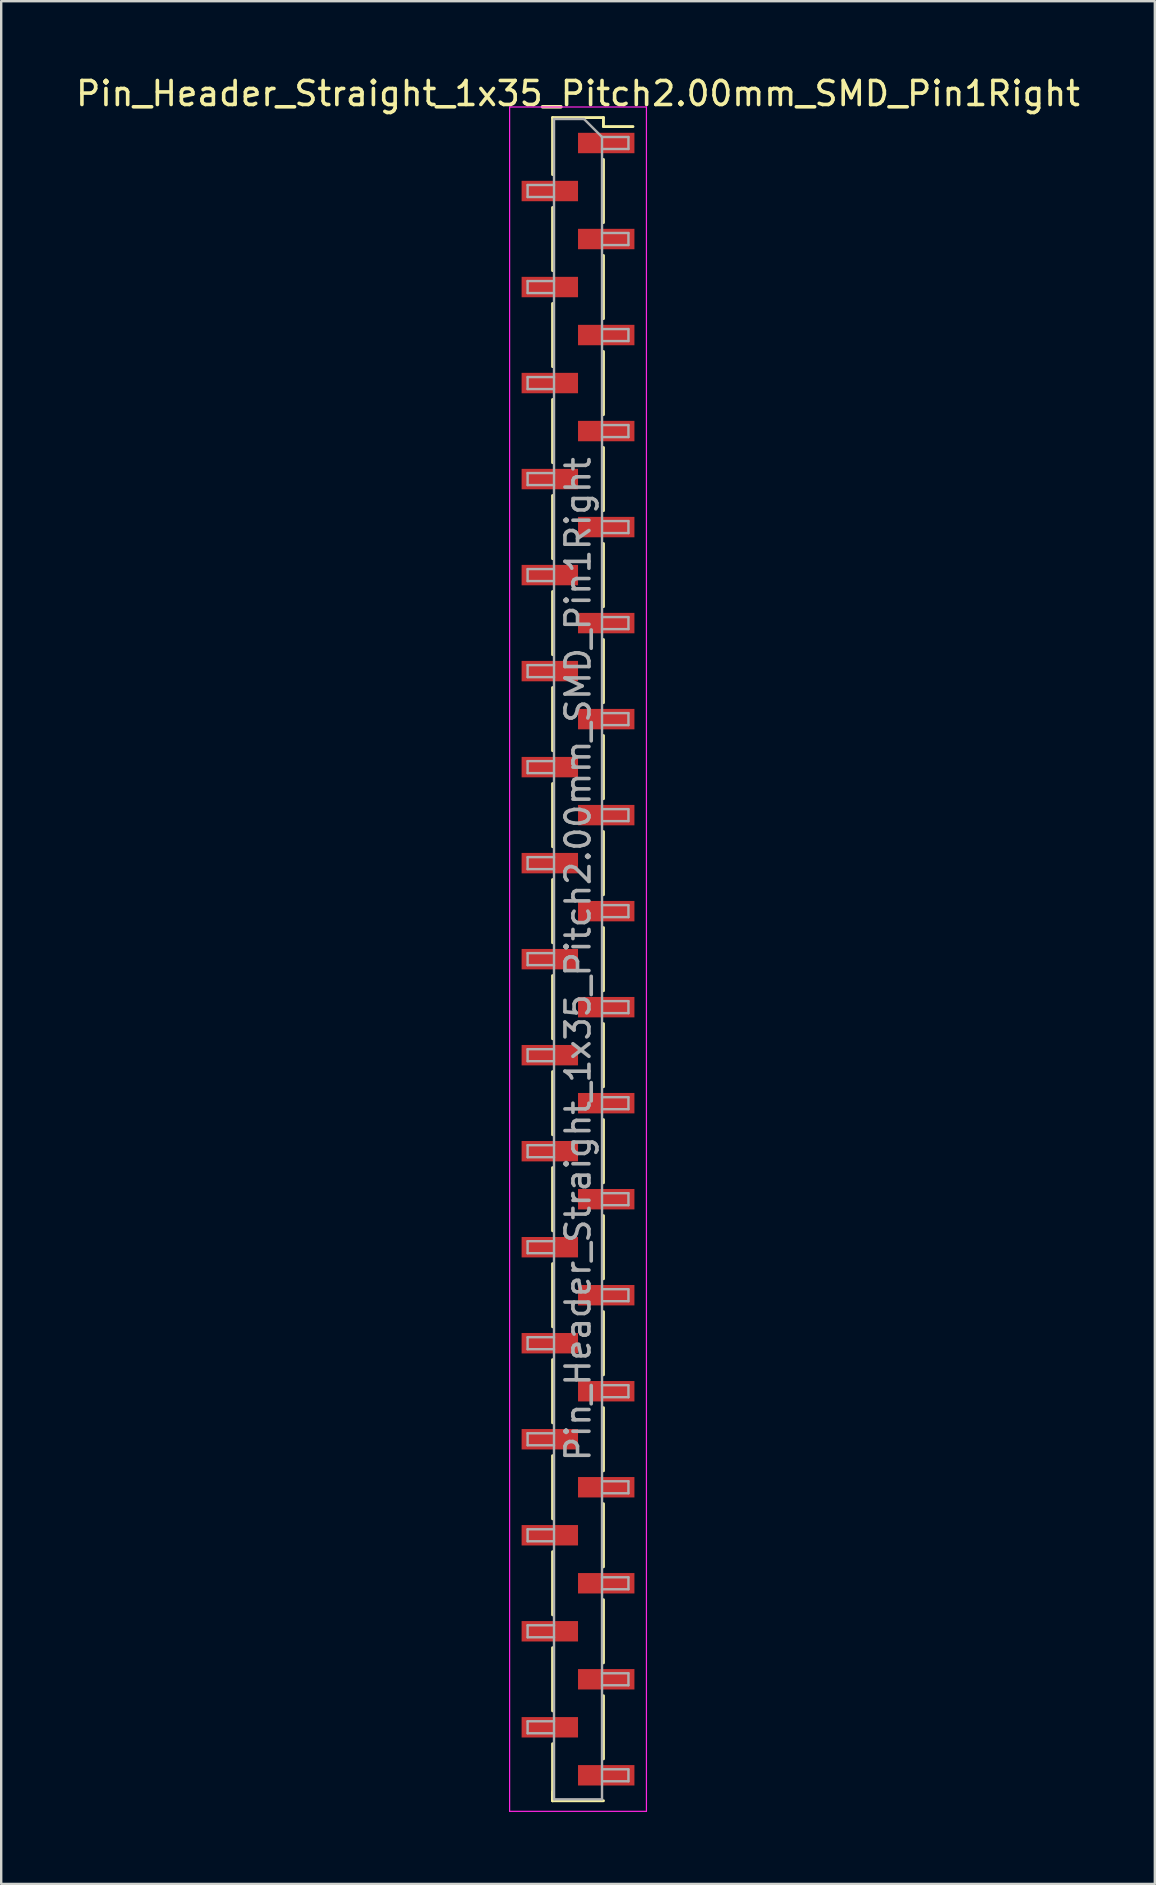
<source format=kicad_pcb>
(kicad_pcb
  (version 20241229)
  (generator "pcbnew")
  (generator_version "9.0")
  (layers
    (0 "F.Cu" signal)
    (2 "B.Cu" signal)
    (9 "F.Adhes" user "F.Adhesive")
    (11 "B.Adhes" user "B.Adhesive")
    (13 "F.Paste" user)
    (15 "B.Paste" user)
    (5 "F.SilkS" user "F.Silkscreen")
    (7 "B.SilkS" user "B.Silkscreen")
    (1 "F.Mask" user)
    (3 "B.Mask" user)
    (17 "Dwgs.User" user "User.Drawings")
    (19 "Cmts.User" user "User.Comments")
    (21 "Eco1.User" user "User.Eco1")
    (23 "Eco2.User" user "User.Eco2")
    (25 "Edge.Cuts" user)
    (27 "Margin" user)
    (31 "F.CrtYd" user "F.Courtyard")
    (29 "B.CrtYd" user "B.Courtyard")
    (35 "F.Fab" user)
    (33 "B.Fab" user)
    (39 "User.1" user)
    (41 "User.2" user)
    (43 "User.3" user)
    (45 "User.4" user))
  (footprint "Pin_Header_Straight_1x35_Pitch2.00mm_SMD_Pin1Right"
    (layer "F.Cu")
    (at 21.03 36.908)
    (property "Reference" "Pin_Header_Straight_1x35_Pitch2.00mm_SMD_Pin1Right" (at 0 -36.06 0) (layer "F.SilkS") (effects (font (size 1 1) (thickness 0.15))))
    (attr smd)
    (fp_line (start -1.06 -35.06) (end -1.06 -32.685) (stroke (width 0.12) (type solid)) (layer "F.SilkS"))
    (fp_line (start -1.06 -35.06) (end 1.06 -35.06) (stroke (width 0.12) (type solid)) (layer "F.SilkS"))
    (fp_line (start -1.06 -31.315) (end -1.06 -28.685) (stroke (width 0.12) (type solid)) (layer "F.SilkS"))
    (fp_line (start -1.06 -27.315) (end -1.06 -24.685) (stroke (width 0.12) (type solid)) (layer "F.SilkS"))
    (fp_line (start -1.06 -23.315) (end -1.06 -20.685) (stroke (width 0.12) (type solid)) (layer "F.SilkS"))
    (fp_line (start -1.06 -19.315) (end -1.06 -16.685) (stroke (width 0.12) (type solid)) (layer "F.SilkS"))
    (fp_line (start -1.06 -15.315) (end -1.06 -12.685) (stroke (width 0.12) (type solid)) (layer "F.SilkS"))
    (fp_line (start -1.06 -11.315) (end -1.06 -8.685) (stroke (width 0.12) (type solid)) (layer "F.SilkS"))
    (fp_line (start -1.06 -7.315) (end -1.06 -4.685) (stroke (width 0.12) (type solid)) (layer "F.SilkS"))
    (fp_line (start -1.06 -3.315) (end -1.06 -0.685) (stroke (width 0.12) (type solid)) (layer "F.SilkS"))
    (fp_line (start -1.06 0.685) (end -1.06 3.315) (stroke (width 0.12) (type solid)) (layer "F.SilkS"))
    (fp_line (start -1.06 4.685) (end -1.06 7.315) (stroke (width 0.12) (type solid)) (layer "F.SilkS"))
    (fp_line (start -1.06 8.685) (end -1.06 11.315) (stroke (width 0.12) (type solid)) (layer "F.SilkS"))
    (fp_line (start -1.06 12.685) (end -1.06 15.315) (stroke (width 0.12) (type solid)) (layer "F.SilkS"))
    (fp_line (start -1.06 16.685) (end -1.06 19.315) (stroke (width 0.12) (type solid)) (layer "F.SilkS"))
    (fp_line (start -1.06 20.685) (end -1.06 23.315) (stroke (width 0.12) (type solid)) (layer "F.SilkS"))
    (fp_line (start -1.06 24.685) (end -1.06 27.315) (stroke (width 0.12) (type solid)) (layer "F.SilkS"))
    (fp_line (start -1.06 28.685) (end -1.06 31.315) (stroke (width 0.12) (type solid)) (layer "F.SilkS"))
    (fp_line (start -1.06 32.685) (end -1.06 35.06) (stroke (width 0.12) (type solid)) (layer "F.SilkS"))
    (fp_line (start -1.06 34.685) (end -1.06 35.06) (stroke (width 0.12) (type solid)) (layer "F.SilkS"))
    (fp_line (start -1.06 35.06) (end 1.06 35.06) (stroke (width 0.12) (type solid)) (layer "F.SilkS"))
    (fp_line (start 1.06 -35.06) (end 1.06 -34.685) (stroke (width 0.12) (type solid)) (layer "F.SilkS"))
    (fp_line (start 1.06 -34.685) (end 2.29 -34.685) (stroke (width 0.12) (type solid)) (layer "F.SilkS"))
    (fp_line (start 1.06 -33.315) (end 1.06 -30.685) (stroke (width 0.12) (type solid)) (layer "F.SilkS"))
    (fp_line (start 1.06 -29.315) (end 1.06 -26.685) (stroke (width 0.12) (type solid)) (layer "F.SilkS"))
    (fp_line (start 1.06 -25.315) (end 1.06 -22.685) (stroke (width 0.12) (type solid)) (layer "F.SilkS"))
    (fp_line (start 1.06 -21.315) (end 1.06 -18.685) (stroke (width 0.12) (type solid)) (layer "F.SilkS"))
    (fp_line (start 1.06 -17.315) (end 1.06 -14.685) (stroke (width 0.12) (type solid)) (layer "F.SilkS"))
    (fp_line (start 1.06 -13.315) (end 1.06 -10.685) (stroke (width 0.12) (type solid)) (layer "F.SilkS"))
    (fp_line (start 1.06 -9.315) (end 1.06 -6.685) (stroke (width 0.12) (type solid)) (layer "F.SilkS"))
    (fp_line (start 1.06 -5.315) (end 1.06 -2.685) (stroke (width 0.12) (type solid)) (layer "F.SilkS"))
    (fp_line (start 1.06 -1.315) (end 1.06 1.315) (stroke (width 0.12) (type solid)) (layer "F.SilkS"))
    (fp_line (start 1.06 2.685) (end 1.06 5.315) (stroke (width 0.12) (type solid)) (layer "F.SilkS"))
    (fp_line (start 1.06 6.685) (end 1.06 9.315) (stroke (width 0.12) (type solid)) (layer "F.SilkS"))
    (fp_line (start 1.06 10.685) (end 1.06 13.315) (stroke (width 0.12) (type solid)) (layer "F.SilkS"))
    (fp_line (start 1.06 14.685) (end 1.06 17.315) (stroke (width 0.12) (type solid)) (layer "F.SilkS"))
    (fp_line (start 1.06 18.685) (end 1.06 21.315) (stroke (width 0.12) (type solid)) (layer "F.SilkS"))
    (fp_line (start 1.06 22.685) (end 1.06 25.315) (stroke (width 0.12) (type solid)) (layer "F.SilkS"))
    (fp_line (start 1.06 26.685) (end 1.06 29.315) (stroke (width 0.12) (type solid)) (layer "F.SilkS"))
    (fp_line (start 1.06 30.685) (end 1.06 33.315) (stroke (width 0.12) (type solid)) (layer "F.SilkS"))
    (fp_line (start -2.85 -35.5) (end -2.85 35.5) (stroke (width 0.05) (type solid)) (layer "F.CrtYd"))
    (fp_line (start -2.85 35.5) (end 2.85 35.5) (stroke (width 0.05) (type solid)) (layer "F.CrtYd"))
    (fp_line (start 2.85 -35.5) (end -2.85 -35.5) (stroke (width 0.05) (type solid)) (layer "F.CrtYd"))
    (fp_line (start 2.85 35.5) (end 2.85 -35.5) (stroke (width 0.05) (type solid)) (layer "F.CrtYd"))
    (fp_line (start -2.1 -32.25) (end -2.1 -31.75) (stroke (width 0.1) (type solid)) (layer "F.Fab"))
    (fp_line (start -2.1 -31.75) (end -1 -31.75) (stroke (width 0.1) (type solid)) (layer "F.Fab"))
    (fp_line (start -2.1 -28.25) (end -2.1 -27.75) (stroke (width 0.1) (type solid)) (layer "F.Fab"))
    (fp_line (start -2.1 -27.75) (end -1 -27.75) (stroke (width 0.1) (type solid)) (layer "F.Fab"))
    (fp_line (start -2.1 -24.25) (end -2.1 -23.75) (stroke (width 0.1) (type solid)) (layer "F.Fab"))
    (fp_line (start -2.1 -23.75) (end -1 -23.75) (stroke (width 0.1) (type solid)) (layer "F.Fab"))
    (fp_line (start -2.1 -20.25) (end -2.1 -19.75) (stroke (width 0.1) (type solid)) (layer "F.Fab"))
    (fp_line (start -2.1 -19.75) (end -1 -19.75) (stroke (width 0.1) (type solid)) (layer "F.Fab"))
    (fp_line (start -2.1 -16.25) (end -2.1 -15.75) (stroke (width 0.1) (type solid)) (layer "F.Fab"))
    (fp_line (start -2.1 -15.75) (end -1 -15.75) (stroke (width 0.1) (type solid)) (layer "F.Fab"))
    (fp_line (start -2.1 -12.25) (end -2.1 -11.75) (stroke (width 0.1) (type solid)) (layer "F.Fab"))
    (fp_line (start -2.1 -11.75) (end -1 -11.75) (stroke (width 0.1) (type solid)) (layer "F.Fab"))
    (fp_line (start -2.1 -8.25) (end -2.1 -7.75) (stroke (width 0.1) (type solid)) (layer "F.Fab"))
    (fp_line (start -2.1 -7.75) (end -1 -7.75) (stroke (width 0.1) (type solid)) (layer "F.Fab"))
    (fp_line (start -2.1 -4.25) (end -2.1 -3.75) (stroke (width 0.1) (type solid)) (layer "F.Fab"))
    (fp_line (start -2.1 -3.75) (end -1 -3.75) (stroke (width 0.1) (type solid)) (layer "F.Fab"))
    (fp_line (start -2.1 -0.25) (end -2.1 0.25) (stroke (width 0.1) (type solid)) (layer "F.Fab"))
    (fp_line (start -2.1 0.25) (end -1 0.25) (stroke (width 0.1) (type solid)) (layer "F.Fab"))
    (fp_line (start -2.1 3.75) (end -2.1 4.25) (stroke (width 0.1) (type solid)) (layer "F.Fab"))
    (fp_line (start -2.1 4.25) (end -1 4.25) (stroke (width 0.1) (type solid)) (layer "F.Fab"))
    (fp_line (start -2.1 7.75) (end -2.1 8.25) (stroke (width 0.1) (type solid)) (layer "F.Fab"))
    (fp_line (start -2.1 8.25) (end -1 8.25) (stroke (width 0.1) (type solid)) (layer "F.Fab"))
    (fp_line (start -2.1 11.75) (end -2.1 12.25) (stroke (width 0.1) (type solid)) (layer "F.Fab"))
    (fp_line (start -2.1 12.25) (end -1 12.25) (stroke (width 0.1) (type solid)) (layer "F.Fab"))
    (fp_line (start -2.1 15.75) (end -2.1 16.25) (stroke (width 0.1) (type solid)) (layer "F.Fab"))
    (fp_line (start -2.1 16.25) (end -1 16.25) (stroke (width 0.1) (type solid)) (layer "F.Fab"))
    (fp_line (start -2.1 19.75) (end -2.1 20.25) (stroke (width 0.1) (type solid)) (layer "F.Fab"))
    (fp_line (start -2.1 20.25) (end -1 20.25) (stroke (width 0.1) (type solid)) (layer "F.Fab"))
    (fp_line (start -2.1 23.75) (end -2.1 24.25) (stroke (width 0.1) (type solid)) (layer "F.Fab"))
    (fp_line (start -2.1 24.25) (end -1 24.25) (stroke (width 0.1) (type solid)) (layer "F.Fab"))
    (fp_line (start -2.1 27.75) (end -2.1 28.25) (stroke (width 0.1) (type solid)) (layer "F.Fab"))
    (fp_line (start -2.1 28.25) (end -1 28.25) (stroke (width 0.1) (type solid)) (layer "F.Fab"))
    (fp_line (start -2.1 31.75) (end -2.1 32.25) (stroke (width 0.1) (type solid)) (layer "F.Fab"))
    (fp_line (start -2.1 32.25) (end -1 32.25) (stroke (width 0.1) (type solid)) (layer "F.Fab"))
    (fp_line (start -1 -35) (end -1 35) (stroke (width 0.1) (type solid)) (layer "F.Fab"))
    (fp_line (start -1 -35) (end 0.25 -35) (stroke (width 0.1) (type solid)) (layer "F.Fab"))
    (fp_line (start -1 -32.25) (end -2.1 -32.25) (stroke (width 0.1) (type solid)) (layer "F.Fab"))
    (fp_line (start -1 -28.25) (end -2.1 -28.25) (stroke (width 0.1) (type solid)) (layer "F.Fab"))
    (fp_line (start -1 -24.25) (end -2.1 -24.25) (stroke (width 0.1) (type solid)) (layer "F.Fab"))
    (fp_line (start -1 -20.25) (end -2.1 -20.25) (stroke (width 0.1) (type solid)) (layer "F.Fab"))
    (fp_line (start -1 -16.25) (end -2.1 -16.25) (stroke (width 0.1) (type solid)) (layer "F.Fab"))
    (fp_line (start -1 -12.25) (end -2.1 -12.25) (stroke (width 0.1) (type solid)) (layer "F.Fab"))
    (fp_line (start -1 -8.25) (end -2.1 -8.25) (stroke (width 0.1) (type solid)) (layer "F.Fab"))
    (fp_line (start -1 -4.25) (end -2.1 -4.25) (stroke (width 0.1) (type solid)) (layer "F.Fab"))
    (fp_line (start -1 -0.25) (end -2.1 -0.25) (stroke (width 0.1) (type solid)) (layer "F.Fab"))
    (fp_line (start -1 3.75) (end -2.1 3.75) (stroke (width 0.1) (type solid)) (layer "F.Fab"))
    (fp_line (start -1 7.75) (end -2.1 7.75) (stroke (width 0.1) (type solid)) (layer "F.Fab"))
    (fp_line (start -1 11.75) (end -2.1 11.75) (stroke (width 0.1) (type solid)) (layer "F.Fab"))
    (fp_line (start -1 15.75) (end -2.1 15.75) (stroke (width 0.1) (type solid)) (layer "F.Fab"))
    (fp_line (start -1 19.75) (end -2.1 19.75) (stroke (width 0.1) (type solid)) (layer "F.Fab"))
    (fp_line (start -1 23.75) (end -2.1 23.75) (stroke (width 0.1) (type solid)) (layer "F.Fab"))
    (fp_line (start -1 27.75) (end -2.1 27.75) (stroke (width 0.1) (type solid)) (layer "F.Fab"))
    (fp_line (start -1 31.75) (end -2.1 31.75) (stroke (width 0.1) (type solid)) (layer "F.Fab"))
    (fp_line (start 1 -34.25) (end 0.25 -35) (stroke (width 0.1) (type solid)) (layer "F.Fab"))
    (fp_line (start 1 -34.25) (end 2.1 -34.25) (stroke (width 0.1) (type solid)) (layer "F.Fab"))
    (fp_line (start 1 -30.25) (end 2.1 -30.25) (stroke (width 0.1) (type solid)) (layer "F.Fab"))
    (fp_line (start 1 -26.25) (end 2.1 -26.25) (stroke (width 0.1) (type solid)) (layer "F.Fab"))
    (fp_line (start 1 -22.25) (end 2.1 -22.25) (stroke (width 0.1) (type solid)) (layer "F.Fab"))
    (fp_line (start 1 -18.25) (end 2.1 -18.25) (stroke (width 0.1) (type solid)) (layer "F.Fab"))
    (fp_line (start 1 -14.25) (end 2.1 -14.25) (stroke (width 0.1) (type solid)) (layer "F.Fab"))
    (fp_line (start 1 -10.25) (end 2.1 -10.25) (stroke (width 0.1) (type solid)) (layer "F.Fab"))
    (fp_line (start 1 -6.25) (end 2.1 -6.25) (stroke (width 0.1) (type solid)) (layer "F.Fab"))
    (fp_line (start 1 -2.25) (end 2.1 -2.25) (stroke (width 0.1) (type solid)) (layer "F.Fab"))
    (fp_line (start 1 1.75) (end 2.1 1.75) (stroke (width 0.1) (type solid)) (layer "F.Fab"))
    (fp_line (start 1 5.75) (end 2.1 5.75) (stroke (width 0.1) (type solid)) (layer "F.Fab"))
    (fp_line (start 1 9.75) (end 2.1 9.75) (stroke (width 0.1) (type solid)) (layer "F.Fab"))
    (fp_line (start 1 13.75) (end 2.1 13.75) (stroke (width 0.1) (type solid)) (layer "F.Fab"))
    (fp_line (start 1 17.75) (end 2.1 17.75) (stroke (width 0.1) (type solid)) (layer "F.Fab"))
    (fp_line (start 1 21.75) (end 2.1 21.75) (stroke (width 0.1) (type solid)) (layer "F.Fab"))
    (fp_line (start 1 25.75) (end 2.1 25.75) (stroke (width 0.1) (type solid)) (layer "F.Fab"))
    (fp_line (start 1 29.75) (end 2.1 29.75) (stroke (width 0.1) (type solid)) (layer "F.Fab"))
    (fp_line (start 1 33.75) (end 2.1 33.75) (stroke (width 0.1) (type solid)) (layer "F.Fab"))
    (fp_line (start 1 35) (end -1 35) (stroke (width 0.1) (type solid)) (layer "F.Fab"))
    (fp_line (start 1 35) (end 1 -34.25) (stroke (width 0.1) (type solid)) (layer "F.Fab"))
    (fp_line (start 2.1 -34.25) (end 2.1 -33.75) (stroke (width 0.1) (type solid)) (layer "F.Fab"))
    (fp_line (start 2.1 -33.75) (end 1 -33.75) (stroke (width 0.1) (type solid)) (layer "F.Fab"))
    (fp_line (start 2.1 -30.25) (end 2.1 -29.75) (stroke (width 0.1) (type solid)) (layer "F.Fab"))
    (fp_line (start 2.1 -29.75) (end 1 -29.75) (stroke (width 0.1) (type solid)) (layer "F.Fab"))
    (fp_line (start 2.1 -26.25) (end 2.1 -25.75) (stroke (width 0.1) (type solid)) (layer "F.Fab"))
    (fp_line (start 2.1 -25.75) (end 1 -25.75) (stroke (width 0.1) (type solid)) (layer "F.Fab"))
    (fp_line (start 2.1 -22.25) (end 2.1 -21.75) (stroke (width 0.1) (type solid)) (layer "F.Fab"))
    (fp_line (start 2.1 -21.75) (end 1 -21.75) (stroke (width 0.1) (type solid)) (layer "F.Fab"))
    (fp_line (start 2.1 -18.25) (end 2.1 -17.75) (stroke (width 0.1) (type solid)) (layer "F.Fab"))
    (fp_line (start 2.1 -17.75) (end 1 -17.75) (stroke (width 0.1) (type solid)) (layer "F.Fab"))
    (fp_line (start 2.1 -14.25) (end 2.1 -13.75) (stroke (width 0.1) (type solid)) (layer "F.Fab"))
    (fp_line (start 2.1 -13.75) (end 1 -13.75) (stroke (width 0.1) (type solid)) (layer "F.Fab"))
    (fp_line (start 2.1 -10.25) (end 2.1 -9.75) (stroke (width 0.1) (type solid)) (layer "F.Fab"))
    (fp_line (start 2.1 -9.75) (end 1 -9.75) (stroke (width 0.1) (type solid)) (layer "F.Fab"))
    (fp_line (start 2.1 -6.25) (end 2.1 -5.75) (stroke (width 0.1) (type solid)) (layer "F.Fab"))
    (fp_line (start 2.1 -5.75) (end 1 -5.75) (stroke (width 0.1) (type solid)) (layer "F.Fab"))
    (fp_line (start 2.1 -2.25) (end 2.1 -1.75) (stroke (width 0.1) (type solid)) (layer "F.Fab"))
    (fp_line (start 2.1 -1.75) (end 1 -1.75) (stroke (width 0.1) (type solid)) (layer "F.Fab"))
    (fp_line (start 2.1 1.75) (end 2.1 2.25) (stroke (width 0.1) (type solid)) (layer "F.Fab"))
    (fp_line (start 2.1 2.25) (end 1 2.25) (stroke (width 0.1) (type solid)) (layer "F.Fab"))
    (fp_line (start 2.1 5.75) (end 2.1 6.25) (stroke (width 0.1) (type solid)) (layer "F.Fab"))
    (fp_line (start 2.1 6.25) (end 1 6.25) (stroke (width 0.1) (type solid)) (layer "F.Fab"))
    (fp_line (start 2.1 9.75) (end 2.1 10.25) (stroke (width 0.1) (type solid)) (layer "F.Fab"))
    (fp_line (start 2.1 10.25) (end 1 10.25) (stroke (width 0.1) (type solid)) (layer "F.Fab"))
    (fp_line (start 2.1 13.75) (end 2.1 14.25) (stroke (width 0.1) (type solid)) (layer "F.Fab"))
    (fp_line (start 2.1 14.25) (end 1 14.25) (stroke (width 0.1) (type solid)) (layer "F.Fab"))
    (fp_line (start 2.1 17.75) (end 2.1 18.25) (stroke (width 0.1) (type solid)) (layer "F.Fab"))
    (fp_line (start 2.1 18.25) (end 1 18.25) (stroke (width 0.1) (type solid)) (layer "F.Fab"))
    (fp_line (start 2.1 21.75) (end 2.1 22.25) (stroke (width 0.1) (type solid)) (layer "F.Fab"))
    (fp_line (start 2.1 22.25) (end 1 22.25) (stroke (width 0.1) (type solid)) (layer "F.Fab"))
    (fp_line (start 2.1 25.75) (end 2.1 26.25) (stroke (width 0.1) (type solid)) (layer "F.Fab"))
    (fp_line (start 2.1 26.25) (end 1 26.25) (stroke (width 0.1) (type solid)) (layer "F.Fab"))
    (fp_line (start 2.1 29.75) (end 2.1 30.25) (stroke (width 0.1) (type solid)) (layer "F.Fab"))
    (fp_line (start 2.1 30.25) (end 1 30.25) (stroke (width 0.1) (type solid)) (layer "F.Fab"))
    (fp_line (start 2.1 33.75) (end 2.1 34.25) (stroke (width 0.1) (type solid)) (layer "F.Fab"))
    (fp_line (start 2.1 34.25) (end 1 34.25) (stroke (width 0.1) (type solid)) (layer "F.Fab"))
    (fp_text user "${REFERENCE}" (at 0 0 90) (layer "F.Fab") (effects (font (size 1 1) (thickness 0.15))))
    (pad "1" smd rect (at 1.175 -34) (size 2.35 0.85) (layers "F.Cu" "F.Mask" "F.Paste"))
    (pad "2" smd rect (at -1.175 -32) (size 2.35 0.85) (layers "F.Cu" "F.Mask" "F.Paste"))
    (pad "3" smd rect (at 1.175 -30) (size 2.35 0.85) (layers "F.Cu" "F.Mask" "F.Paste"))
    (pad "4" smd rect (at -1.175 -28) (size 2.35 0.85) (layers "F.Cu" "F.Mask" "F.Paste"))
    (pad "5" smd rect (at 1.175 -26) (size 2.35 0.85) (layers "F.Cu" "F.Mask" "F.Paste"))
    (pad "6" smd rect (at -1.175 -24) (size 2.35 0.85) (layers "F.Cu" "F.Mask" "F.Paste"))
    (pad "7" smd rect (at 1.175 -22) (size 2.35 0.85) (layers "F.Cu" "F.Mask" "F.Paste"))
    (pad "8" smd rect (at -1.175 -20) (size 2.35 0.85) (layers "F.Cu" "F.Mask" "F.Paste"))
    (pad "9" smd rect (at 1.175 -18) (size 2.35 0.85) (layers "F.Cu" "F.Mask" "F.Paste"))
    (pad "10" smd rect (at -1.175 -16) (size 2.35 0.85) (layers "F.Cu" "F.Mask" "F.Paste"))
    (pad "11" smd rect (at 1.175 -14) (size 2.35 0.85) (layers "F.Cu" "F.Mask" "F.Paste"))
    (pad "12" smd rect (at -1.175 -12) (size 2.35 0.85) (layers "F.Cu" "F.Mask" "F.Paste"))
    (pad "13" smd rect (at 1.175 -10) (size 2.35 0.85) (layers "F.Cu" "F.Mask" "F.Paste"))
    (pad "14" smd rect (at -1.175 -8) (size 2.35 0.85) (layers "F.Cu" "F.Mask" "F.Paste"))
    (pad "15" smd rect (at 1.175 -6) (size 2.35 0.85) (layers "F.Cu" "F.Mask" "F.Paste"))
    (pad "16" smd rect (at -1.175 -4) (size 2.35 0.85) (layers "F.Cu" "F.Mask" "F.Paste"))
    (pad "17" smd rect (at 1.175 -2) (size 2.35 0.85) (layers "F.Cu" "F.Mask" "F.Paste"))
    (pad "18" smd rect (at -1.175 0) (size 2.35 0.85) (layers "F.Cu" "F.Mask" "F.Paste"))
    (pad "19" smd rect (at 1.175 2) (size 2.35 0.85) (layers "F.Cu" "F.Mask" "F.Paste"))
    (pad "20" smd rect (at -1.175 4) (size 2.35 0.85) (layers "F.Cu" "F.Mask" "F.Paste"))
    (pad "21" smd rect (at 1.175 6) (size 2.35 0.85) (layers "F.Cu" "F.Mask" "F.Paste"))
    (pad "22" smd rect (at -1.175 8) (size 2.35 0.85) (layers "F.Cu" "F.Mask" "F.Paste"))
    (pad "23" smd rect (at 1.175 10) (size 2.35 0.85) (layers "F.Cu" "F.Mask" "F.Paste"))
    (pad "24" smd rect (at -1.175 12) (size 2.35 0.85) (layers "F.Cu" "F.Mask" "F.Paste"))
    (pad "25" smd rect (at 1.175 14) (size 2.35 0.85) (layers "F.Cu" "F.Mask" "F.Paste"))
    (pad "26" smd rect (at -1.175 16) (size 2.35 0.85) (layers "F.Cu" "F.Mask" "F.Paste"))
    (pad "27" smd rect (at 1.175 18) (size 2.35 0.85) (layers "F.Cu" "F.Mask" "F.Paste"))
    (pad "28" smd rect (at -1.175 20) (size 2.35 0.85) (layers "F.Cu" "F.Mask" "F.Paste"))
    (pad "29" smd rect (at 1.175 22) (size 2.35 0.85) (layers "F.Cu" "F.Mask" "F.Paste"))
    (pad "30" smd rect (at -1.175 24) (size 2.35 0.85) (layers "F.Cu" "F.Mask" "F.Paste"))
    (pad "31" smd rect (at 1.175 26) (size 2.35 0.85) (layers "F.Cu" "F.Mask" "F.Paste"))
    (pad "32" smd rect (at -1.175 28) (size 2.35 0.85) (layers "F.Cu" "F.Mask" "F.Paste"))
    (pad "33" smd rect (at 1.175 30) (size 2.35 0.85) (layers "F.Cu" "F.Mask" "F.Paste"))
    (pad "34" smd rect (at -1.175 32) (size 2.35 0.85) (layers "F.Cu" "F.Mask" "F.Paste"))
    (pad "35" smd rect (at 1.175 34) (size 2.35 0.85) (layers "F.Cu" "F.Mask" "F.Paste")))
  (gr_rect
    (start -3 -3)
    (end 45.06 75.433)
    (stroke (width 0.1) (type default))
    (fill no)
    (layer "Edge.Cuts")))
</source>
